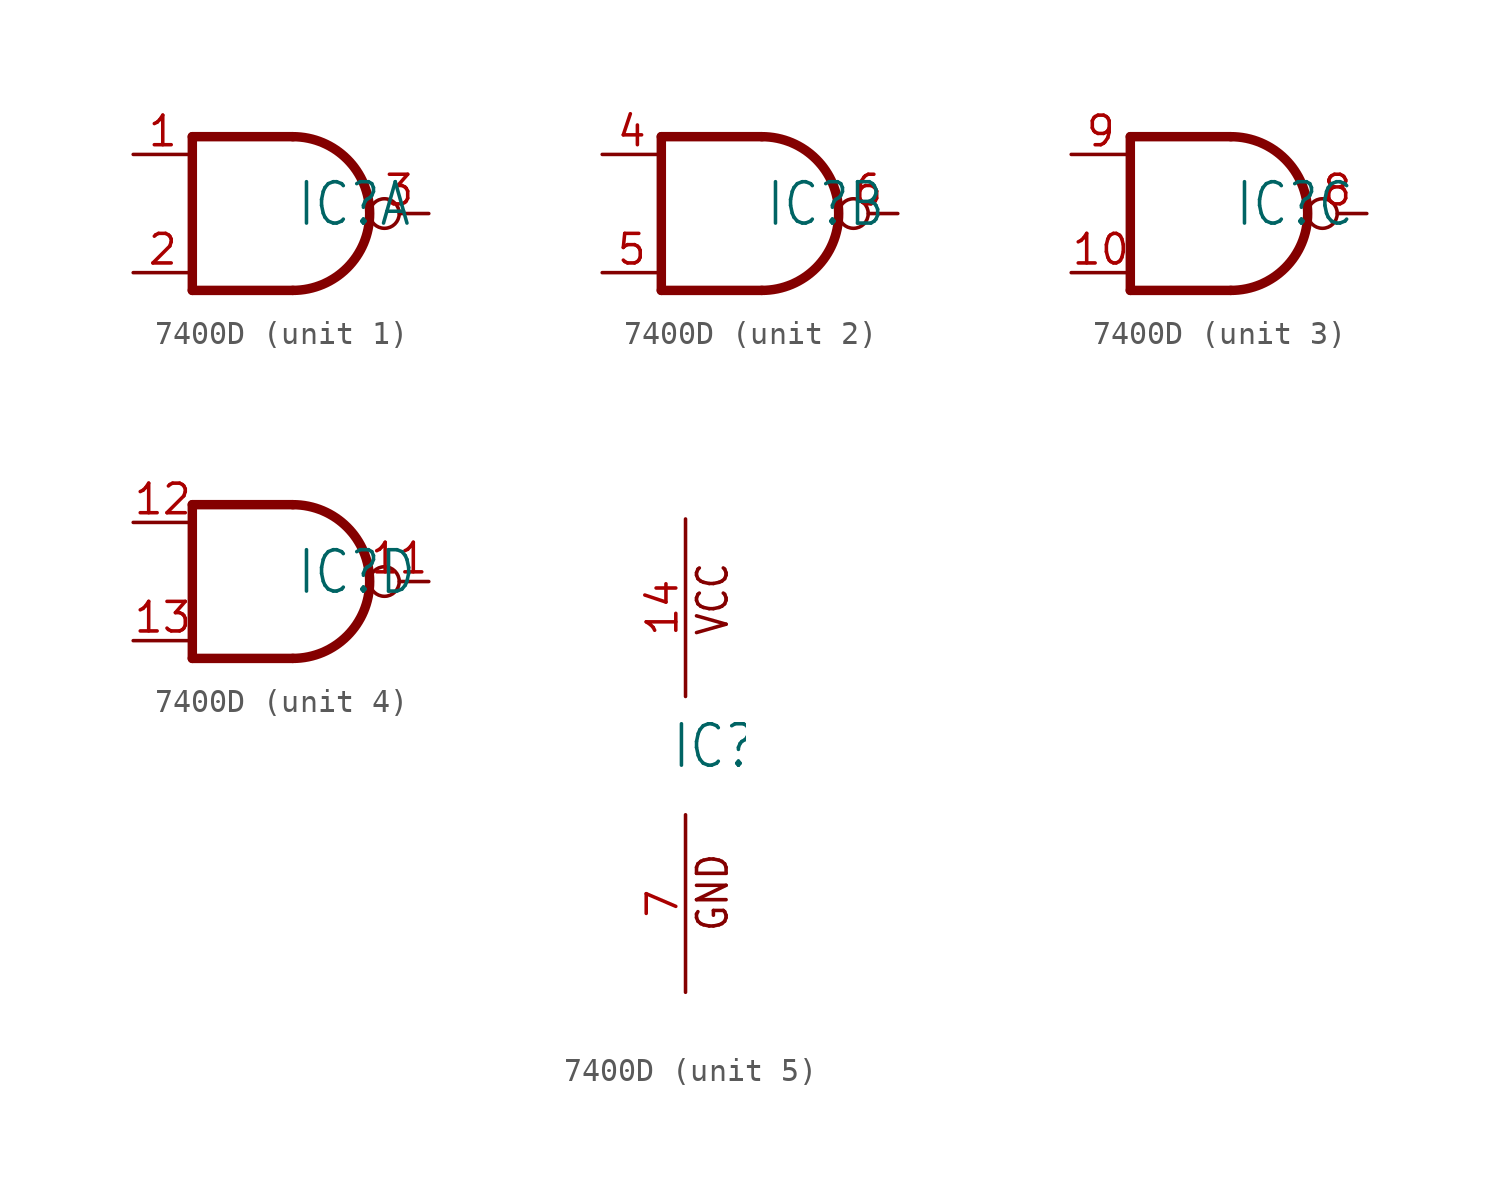
<source format=kicad_sym>
(kicad_symbol_lib
  (version 20211014)
  (generator kicad_symbol_editor)
  (symbol "7400D"
    (property "Reference" "IC"
      (at -0.635 -0.635 0)
      (effects (font (size 1.778 1.511)) (justify left bottom)))
    (property "ki_locked" ""
      (at 0 0 0)
      (effects (font (size 1.27 1.27))))
    (symbol "7400D_1_0"
      (arc (start -0.762 -3.302) (mid 2.54 0) (end -0.762 3.302) (stroke (width 0.4064) (type default) (color 0 0 0 0)) (fill (type none)))
      (polyline (pts (xy -5.08 -3.302) (xy -0.762 -3.302)) (stroke (width 0.406) (type default) (color 0 0 0 0)) (fill (type none)))
      (polyline (pts (xy -5.08 3.302) (xy -5.08 -3.302)) (stroke (width 0.406) (type default) (color 0 0 0 0)) (fill (type none)))
      (polyline (pts (xy -0.762 3.302) (xy -5.08 3.302)) (stroke (width 0.406) (type default) (color 0 0 0 0)) (fill (type none)))
      (pin input line (at -7.62 2.54 0) (length 2.54) (name "I0" (effects (font (size 0 0)))) (number "1" (effects (font (size 1.27 1.27)))))
      (pin input line (at -7.62 -2.54 0) (length 2.54) (name "I1" (effects (font (size 0 0)))) (number "2" (effects (font (size 1.27 1.27)))))
      (pin output inverted (at 5.08 0 180) (length 2.54) (name "O" (effects (font (size 0 0)))) (number "3" (effects (font (size 1.27 1.27))))))
    (symbol "7400D_2_0"
      (arc (start -0.762 -3.302) (mid 2.54 0) (end -0.762 3.302) (stroke (width 0.4064) (type default) (color 0 0 0 0)) (fill (type none)))
      (polyline (pts (xy -5.08 -3.302) (xy -0.762 -3.302)) (stroke (width 0.406) (type default) (color 0 0 0 0)) (fill (type none)))
      (polyline (pts (xy -5.08 3.302) (xy -5.08 -3.302)) (stroke (width 0.406) (type default) (color 0 0 0 0)) (fill (type none)))
      (polyline (pts (xy -0.762 3.302) (xy -5.08 3.302)) (stroke (width 0.406) (type default) (color 0 0 0 0)) (fill (type none)))
      (pin input line (at -7.62 2.54 0) (length 2.54) (name "I0" (effects (font (size 0 0)))) (number "4" (effects (font (size 1.27 1.27)))))
      (pin input line (at -7.62 -2.54 0) (length 2.54) (name "I1" (effects (font (size 0 0)))) (number "5" (effects (font (size 1.27 1.27)))))
      (pin output inverted (at 5.08 0 180) (length 2.54) (name "O" (effects (font (size 0 0)))) (number "6" (effects (font (size 1.27 1.27))))))
    (symbol "7400D_3_0"
      (arc (start -0.762 -3.302) (mid 2.54 0) (end -0.762 3.302) (stroke (width 0.4064) (type default) (color 0 0 0 0)) (fill (type none)))
      (polyline (pts (xy -5.08 -3.302) (xy -0.762 -3.302)) (stroke (width 0.406) (type default) (color 0 0 0 0)) (fill (type none)))
      (polyline (pts (xy -5.08 3.302) (xy -5.08 -3.302)) (stroke (width 0.406) (type default) (color 0 0 0 0)) (fill (type none)))
      (polyline (pts (xy -0.762 3.302) (xy -5.08 3.302)) (stroke (width 0.406) (type default) (color 0 0 0 0)) (fill (type none)))
      (pin input line (at -7.62 -2.54 0) (length 2.54) (name "I1" (effects (font (size 0 0)))) (number "10" (effects (font (size 1.27 1.27)))))
      (pin output inverted (at 5.08 0 180) (length 2.54) (name "O" (effects (font (size 0 0)))) (number "8" (effects (font (size 1.27 1.27)))))
      (pin input line (at -7.62 2.54 0) (length 2.54) (name "I0" (effects (font (size 0 0)))) (number "9" (effects (font (size 1.27 1.27))))))
    (symbol "7400D_4_0"
      (arc (start -0.762 -3.302) (mid 2.54 0) (end -0.762 3.302) (stroke (width 0.4064) (type default) (color 0 0 0 0)) (fill (type none)))
      (polyline (pts (xy -5.08 -3.302) (xy -0.762 -3.302)) (stroke (width 0.406) (type default) (color 0 0 0 0)) (fill (type none)))
      (polyline (pts (xy -5.08 3.302) (xy -5.08 -3.302)) (stroke (width 0.406) (type default) (color 0 0 0 0)) (fill (type none)))
      (polyline (pts (xy -0.762 3.302) (xy -5.08 3.302)) (stroke (width 0.406) (type default) (color 0 0 0 0)) (fill (type none)))
      (pin output inverted (at 5.08 0 180) (length 2.54) (name "O" (effects (font (size 0 0)))) (number "11" (effects (font (size 1.27 1.27)))))
      (pin input line (at -7.62 2.54 0) (length 2.54) (name "I0" (effects (font (size 0 0)))) (number "12" (effects (font (size 1.27 1.27)))))
      (pin input line (at -7.62 -2.54 0) (length 2.54) (name "I1" (effects (font (size 0 0)))) (number "13" (effects (font (size 1.27 1.27))))))
    (symbol "7400D_5_0"
      (text "GND" (at 1.905 -7.62 900) (effects (font (size 1.27 1.079)) (justify left bottom)))
      (text "VCC" (at 1.905 5.08 900) (effects (font (size 1.27 1.079)) (justify left bottom)))
      (pin power_in line (at 0 10.16 270) (length 7.62) (name "VCC" (effects (font (size 0 0)))) (number "14" (effects (font (size 1.27 1.27)))))
      (pin power_in line (at 0 -10.16 90) (length 7.62) (name "GND" (effects (font (size 0 0)))) (number "7" (effects (font (size 1.27 1.27))))))))
</source>
